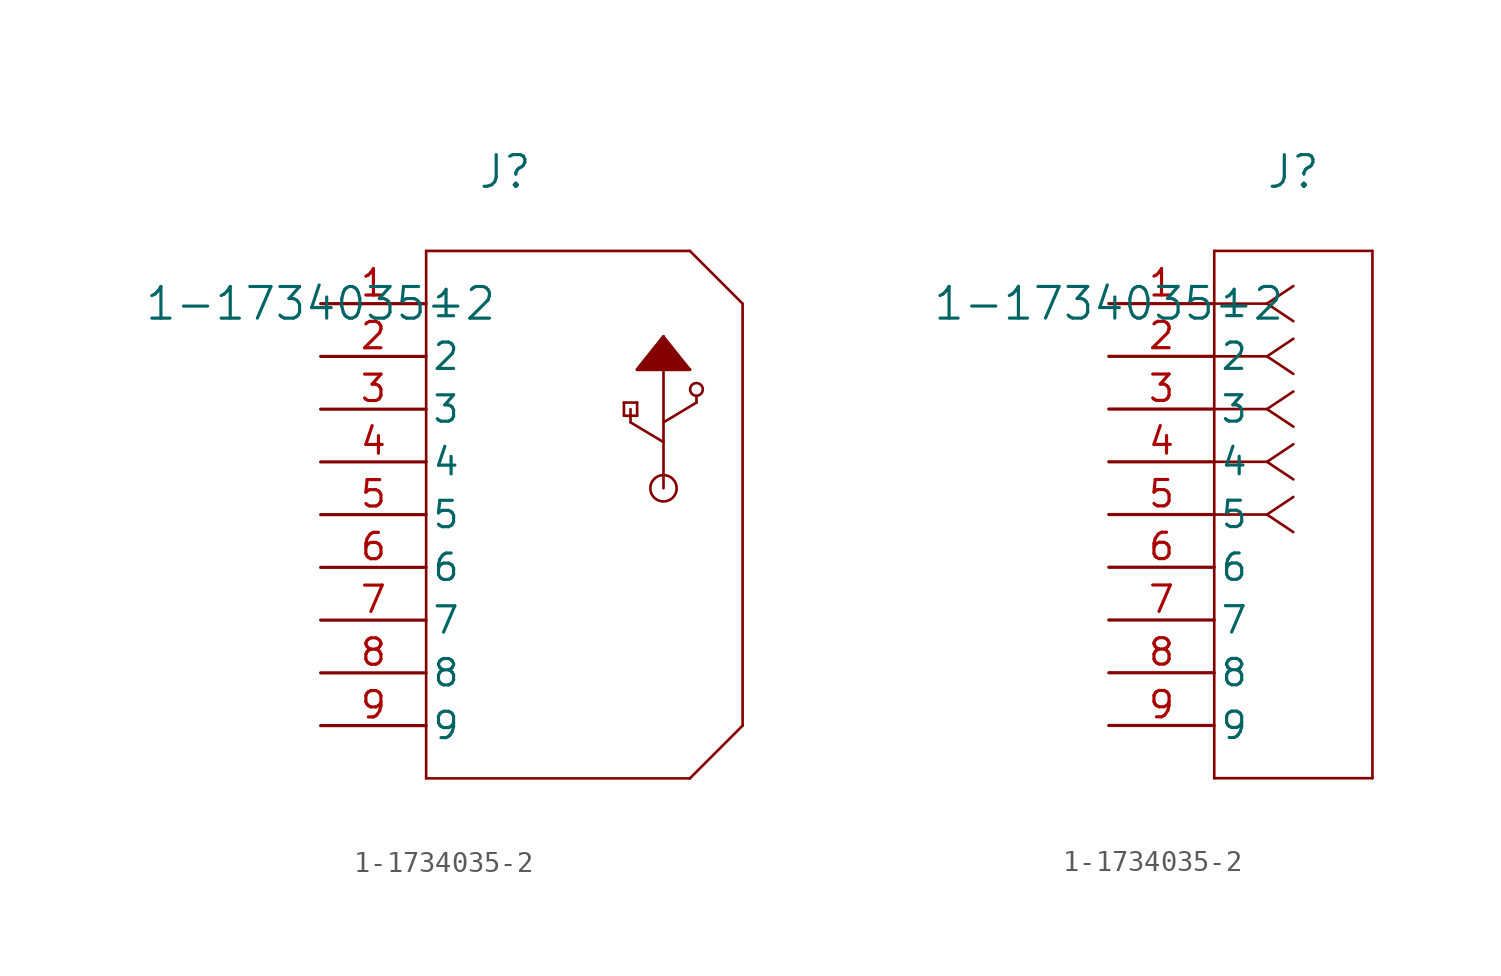
<source format=kicad_sym>
(kicad_symbol_lib
  (version 20211014)
  (generator kicad_symbol_editor)
  (symbol "1-1734035-2"
    (pin_names
      (offset 0.254))
    (property "Reference" "J"
      (at 8.89 6.35 0)
      (effects (font (size 1.524 1.524))))
    (property "Value" "1-1734035-2"
      (at 0 0 0)
      (effects (font (size 1.524 1.524))))
    (symbol "1-1734035-2_1_1"
      (polyline (pts (xy 15.24 -3.175) (xy 16.51 -1.587)) (stroke (width 0.127) (type default) (color 0 0 0 0)) (fill (type none)))
      (polyline (pts (xy 16.51 -1.587) (xy 17.78 -3.175)) (stroke (width 0.127) (type default) (color 0 0 0 0)) (fill (type none)))
      (polyline (pts (xy 15.24 -3.175) (xy 17.78 -3.175)) (stroke (width 0.127) (type default) (color 0 0 0 0)) (fill (type none)))
      (polyline (pts (xy 16.51 -3.175) (xy 16.51 -8.89)) (stroke (width 0.127) (type default) (color 0 0 0 0)) (fill (type none)))
      (circle (center 18.098 -4.128) (radius 0.305) (stroke (width 0.127) (type default) (color 0 0 0 0)) (fill (type none)))
      (circle (center 16.51 -8.89) (radius 0.635) (stroke (width 0.127) (type default) (color 0 0 0 0)) (fill (type none)))
      (polyline (pts (xy 18.098 -4.445) (xy 18.098 -4.763)) (stroke (width 0.127) (type default) (color 0 0 0 0)) (fill (type none)))
      (polyline (pts (xy 16.51 -5.715) (xy 18.098 -4.763)) (stroke (width 0.127) (type default) (color 0 0 0 0)) (fill (type none)))
      (polyline (pts (xy 16.51 -6.668) (xy 14.922 -5.715)) (stroke (width 0.127) (type default) (color 0 0 0 0)) (fill (type none)))
      (polyline (pts (xy 14.922 -5.715) (xy 14.922 -5.08)) (stroke (width 0.127) (type default) (color 0 0 0 0)) (fill (type none)))
      (polyline (pts (xy 14.605 -4.763) (xy 14.605 -5.397)) (stroke (width 0.127) (type default) (color 0 0 0 0)) (fill (type none)))
      (polyline (pts (xy 15.24 -5.397) (xy 15.24 -4.763)) (stroke (width 0.127) (type default) (color 0 0 0 0)) (fill (type none)))
      (polyline (pts (xy 15.24 -4.763) (xy 14.605 -4.763)) (stroke (width 0.127) (type default) (color 0 0 0 0)) (fill (type none)))
      (polyline (pts (xy 15.24 -5.397) (xy 14.605 -5.397)) (stroke (width 0.127) (type default) (color 0 0 0 0)) (fill (type none)))
      (polyline (pts (xy 16.51 -1.587) (xy 15.24 -3.175) (xy 17.78 -3.175)) (stroke (width 0) (type default) (color 0 0 0 0)) (fill (type outline)))
      (polyline (pts (xy 5.08 2.54) (xy 5.08 -22.86)) (stroke (width 0.127) (type default) (color 0 0 0 0)) (fill (type none)))
      (polyline (pts (xy 5.08 -22.86) (xy 17.78 -22.86)) (stroke (width 0.127) (type default) (color 0 0 0 0)) (fill (type none)))
      (polyline (pts (xy 20.32 -20.32) (xy 20.32 0)) (stroke (width 0.127) (type default) (color 0 0 0 0)) (fill (type none)))
      (polyline (pts (xy 17.78 2.54) (xy 5.08 2.54)) (stroke (width 0.127) (type default) (color 0 0 0 0)) (fill (type none)))
      (polyline (pts (xy 17.78 2.54) (xy 20.32 0)) (stroke (width 0.127) (type default) (color 0 0 0 0)) (fill (type none)))
      (polyline (pts (xy 17.78 -22.86) (xy 20.32 -20.32)) (stroke (width 0.127) (type default) (color 0 0 0 0)) (fill (type none)))
      (pin unspecified line (at 0 0 0) (length 5.08) (name "1" (effects (font (size 1.27 1.27)))) (number "1" (effects (font (size 1.27 1.27)))))
      (pin unspecified line (at 0 -2.54 0) (length 5.08) (name "2" (effects (font (size 1.27 1.27)))) (number "2" (effects (font (size 1.27 1.27)))))
      (pin unspecified line (at 0 -5.08 0) (length 5.08) (name "3" (effects (font (size 1.27 1.27)))) (number "3" (effects (font (size 1.27 1.27)))))
      (pin unspecified line (at 0 -7.62 0) (length 5.08) (name "4" (effects (font (size 1.27 1.27)))) (number "4" (effects (font (size 1.27 1.27)))))
      (pin unspecified line (at 0 -10.16 0) (length 5.08) (name "5" (effects (font (size 1.27 1.27)))) (number "5" (effects (font (size 1.27 1.27)))))
      (pin unspecified line (at 0 -12.7 0) (length 5.08) (name "6" (effects (font (size 1.27 1.27)))) (number "6" (effects (font (size 1.27 1.27)))))
      (pin unspecified line (at 0 -15.24 0) (length 5.08) (name "7" (effects (font (size 1.27 1.27)))) (number "7" (effects (font (size 1.27 1.27)))))
      (pin unspecified line (at 0 -17.78 0) (length 5.08) (name "8" (effects (font (size 1.27 1.27)))) (number "8" (effects (font (size 1.27 1.27)))))
      (pin unspecified line (at 0 -20.32 0) (length 5.08) (name "9" (effects (font (size 1.27 1.27)))) (number "9" (effects (font (size 1.27 1.27))))))
    (symbol "1-1734035-2_1_2"
      (polyline (pts (xy 7.62 0) (xy 5.08 0)) (stroke (width 0.127) (type default) (color 0 0 0 0)) (fill (type none)))
      (polyline (pts (xy 7.62 -2.54) (xy 5.08 -2.54)) (stroke (width 0.127) (type default) (color 0 0 0 0)) (fill (type none)))
      (polyline (pts (xy 7.62 -5.08) (xy 5.08 -5.08)) (stroke (width 0.127) (type default) (color 0 0 0 0)) (fill (type none)))
      (polyline (pts (xy 7.62 -7.62) (xy 5.08 -7.62)) (stroke (width 0.127) (type default) (color 0 0 0 0)) (fill (type none)))
      (polyline (pts (xy 7.62 -10.16) (xy 5.08 -10.16)) (stroke (width 0.127) (type default) (color 0 0 0 0)) (fill (type none)))
      (polyline (pts (xy 7.62 0) (xy 8.89 0.847)) (stroke (width 0.127) (type default) (color 0 0 0 0)) (fill (type none)))
      (polyline (pts (xy 7.62 -2.54) (xy 8.89 -1.693)) (stroke (width 0.127) (type default) (color 0 0 0 0)) (fill (type none)))
      (polyline (pts (xy 7.62 -5.08) (xy 8.89 -4.233)) (stroke (width 0.127) (type default) (color 0 0 0 0)) (fill (type none)))
      (polyline (pts (xy 7.62 -7.62) (xy 8.89 -6.773)) (stroke (width 0.127) (type default) (color 0 0 0 0)) (fill (type none)))
      (polyline (pts (xy 7.62 -10.16) (xy 8.89 -9.313)) (stroke (width 0.127) (type default) (color 0 0 0 0)) (fill (type none)))
      (polyline (pts (xy 7.62 0) (xy 8.89 -0.847)) (stroke (width 0.127) (type default) (color 0 0 0 0)) (fill (type none)))
      (polyline (pts (xy 7.62 -2.54) (xy 8.89 -3.387)) (stroke (width 0.127) (type default) (color 0 0 0 0)) (fill (type none)))
      (polyline (pts (xy 7.62 -5.08) (xy 8.89 -5.927)) (stroke (width 0.127) (type default) (color 0 0 0 0)) (fill (type none)))
      (polyline (pts (xy 7.62 -7.62) (xy 8.89 -8.467)) (stroke (width 0.127) (type default) (color 0 0 0 0)) (fill (type none)))
      (polyline (pts (xy 7.62 -10.16) (xy 8.89 -11.007)) (stroke (width 0.127) (type default) (color 0 0 0 0)) (fill (type none)))
      (polyline (pts (xy 5.08 2.54) (xy 5.08 -22.86)) (stroke (width 0.127) (type default) (color 0 0 0 0)) (fill (type none)))
      (polyline (pts (xy 5.08 -22.86) (xy 12.7 -22.86)) (stroke (width 0.127) (type default) (color 0 0 0 0)) (fill (type none)))
      (polyline (pts (xy 12.7 -22.86) (xy 12.7 2.54)) (stroke (width 0.127) (type default) (color 0 0 0 0)) (fill (type none)))
      (polyline (pts (xy 12.7 2.54) (xy 5.08 2.54)) (stroke (width 0.127) (type default) (color 0 0 0 0)) (fill (type none)))
      (pin unspecified line (at 0 0 0) (length 5.08) (name "1" (effects (font (size 1.27 1.27)))) (number "1" (effects (font (size 1.27 1.27)))))
      (pin unspecified line (at 0 -2.54 0) (length 5.08) (name "2" (effects (font (size 1.27 1.27)))) (number "2" (effects (font (size 1.27 1.27)))))
      (pin unspecified line (at 0 -5.08 0) (length 5.08) (name "3" (effects (font (size 1.27 1.27)))) (number "3" (effects (font (size 1.27 1.27)))))
      (pin unspecified line (at 0 -7.62 0) (length 5.08) (name "4" (effects (font (size 1.27 1.27)))) (number "4" (effects (font (size 1.27 1.27)))))
      (pin unspecified line (at 0 -10.16 0) (length 5.08) (name "5" (effects (font (size 1.27 1.27)))) (number "5" (effects (font (size 1.27 1.27)))))
      (pin unspecified line (at 0 -12.7 0) (length 5.08) (name "6" (effects (font (size 1.27 1.27)))) (number "6" (effects (font (size 1.27 1.27)))))
      (pin unspecified line (at 0 -15.24 0) (length 5.08) (name "7" (effects (font (size 1.27 1.27)))) (number "7" (effects (font (size 1.27 1.27)))))
      (pin unspecified line (at 0 -17.78 0) (length 5.08) (name "8" (effects (font (size 1.27 1.27)))) (number "8" (effects (font (size 1.27 1.27)))))
      (pin unspecified line (at 0 -20.32 0) (length 5.08) (name "9" (effects (font (size 1.27 1.27)))) (number "9" (effects (font (size 1.27 1.27))))))))
</source>
